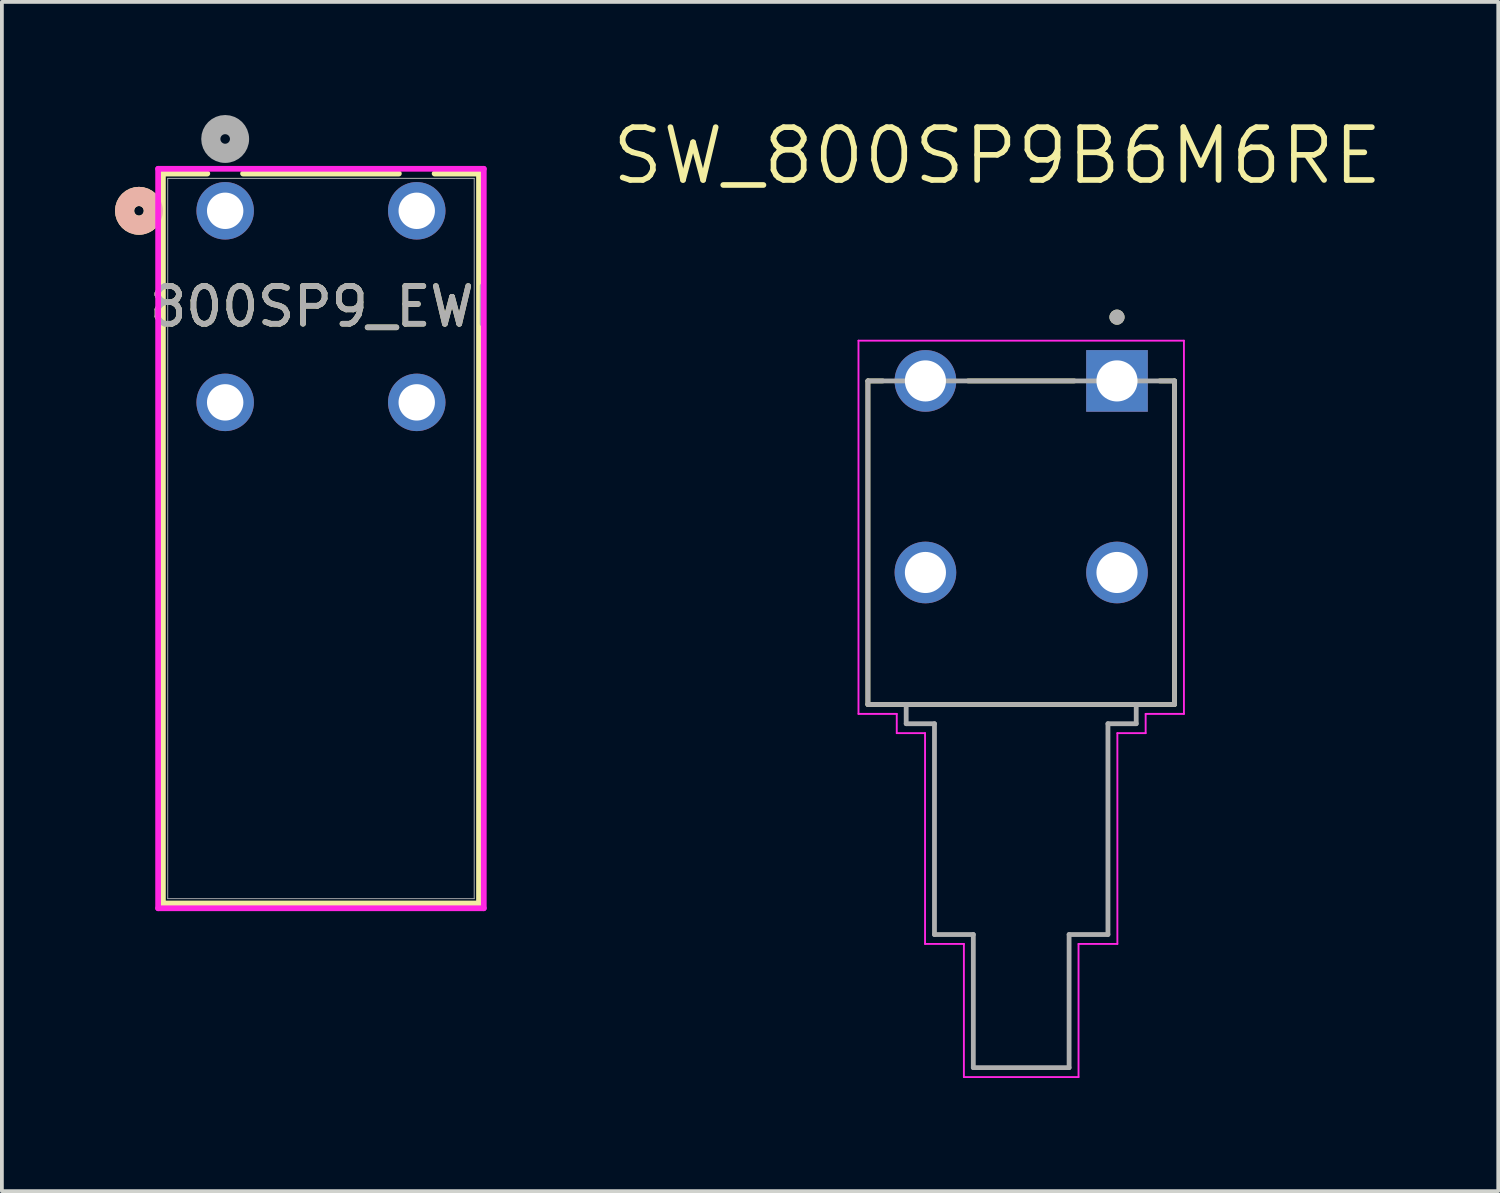
<source format=kicad_pcb>
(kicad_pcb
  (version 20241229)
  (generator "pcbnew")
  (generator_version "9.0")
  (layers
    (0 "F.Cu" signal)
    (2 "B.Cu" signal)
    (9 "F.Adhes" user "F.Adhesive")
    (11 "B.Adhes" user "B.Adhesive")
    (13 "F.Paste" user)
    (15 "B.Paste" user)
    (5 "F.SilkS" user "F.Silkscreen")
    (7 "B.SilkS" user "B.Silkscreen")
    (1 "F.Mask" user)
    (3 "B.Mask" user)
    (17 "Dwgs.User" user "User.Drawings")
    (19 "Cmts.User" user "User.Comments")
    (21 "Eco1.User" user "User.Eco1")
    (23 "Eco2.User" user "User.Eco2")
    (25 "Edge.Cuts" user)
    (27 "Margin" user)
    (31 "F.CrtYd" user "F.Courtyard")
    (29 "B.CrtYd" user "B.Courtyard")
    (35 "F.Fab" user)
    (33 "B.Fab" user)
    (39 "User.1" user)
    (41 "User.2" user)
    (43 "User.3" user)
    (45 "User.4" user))
  (footprint "SW_800SP9B6M6RE"
    (layer "F.Cu")
    (at 24.03 9.591)
    (property "Reference" "SW_800SP9B6M6RE" (at -0.635 -8.509 0) (layer "F.SilkS") (effects (font (size 1.4 1.4) (thickness 0.15))))
    (attr through_hole)
    (fp_line (start -4.065 -2.54) (end -4.065 6.04) (stroke (width 0.127) (type solid)) (layer "F.SilkS"))
    (fp_line (start -4.064 -2.54) (end -3.671 -2.54) (stroke (width 0.127) (type solid)) (layer "F.SilkS"))
    (fp_line (start 1.409 -2.54) (end -1.409 -2.54) (stroke (width 0.127) (type solid)) (layer "F.SilkS"))
    (fp_line (start 4.064 -2.54) (end 3.671 -2.54) (stroke (width 0.127) (type solid)) (layer "F.SilkS"))
    (fp_line (start 4.065 6.04) (end -4.065 6.04) (stroke (width 0.127) (type solid)) (layer "F.SilkS"))
    (fp_line (start 4.065 6.04) (end 4.065 -2.54) (stroke (width 0.127) (type solid)) (layer "F.SilkS"))
    (fp_circle (center 2.54 -4.231) (end 2.64 -4.231) (stroke (width 0.2) (type solid)) (fill no) (layer "F.SilkS"))
    (fp_line (start -4.315 -3.607) (end 4.315 -3.607) (stroke (width 0.05) (type solid)) (layer "F.CrtYd"))
    (fp_line (start -4.315 6.29) (end -4.315 -3.607) (stroke (width 0.05) (type solid)) (layer "F.CrtYd"))
    (fp_line (start -3.3 6.29) (end -4.315 6.29) (stroke (width 0.05) (type solid)) (layer "F.CrtYd"))
    (fp_line (start -3.3 6.8) (end -3.3 6.29) (stroke (width 0.05) (type solid)) (layer "F.CrtYd"))
    (fp_line (start -2.55 6.8) (end -3.3 6.8) (stroke (width 0.05) (type solid)) (layer "F.CrtYd"))
    (fp_line (start -2.55 12.39) (end -2.55 6.8) (stroke (width 0.05) (type solid)) (layer "F.CrtYd"))
    (fp_line (start -1.52 12.39) (end -2.55 12.39) (stroke (width 0.05) (type solid)) (layer "F.CrtYd"))
    (fp_line (start -1.52 15.92) (end -1.52 12.39) (stroke (width 0.05) (type solid)) (layer "F.CrtYd"))
    (fp_line (start 1.52 12.39) (end 1.52 15.92) (stroke (width 0.05) (type solid)) (layer "F.CrtYd"))
    (fp_line (start 1.52 15.92) (end -1.52 15.92) (stroke (width 0.05) (type solid)) (layer "F.CrtYd"))
    (fp_line (start 2.55 6.8) (end 2.55 12.39) (stroke (width 0.05) (type solid)) (layer "F.CrtYd"))
    (fp_line (start 2.55 12.39) (end 1.52 12.39) (stroke (width 0.05) (type solid)) (layer "F.CrtYd"))
    (fp_line (start 3.3 6.29) (end 3.3 6.8) (stroke (width 0.05) (type solid)) (layer "F.CrtYd"))
    (fp_line (start 3.3 6.8) (end 2.55 6.8) (stroke (width 0.05) (type solid)) (layer "F.CrtYd"))
    (fp_line (start 4.315 -3.607) (end 4.315 6.29) (stroke (width 0.05) (type solid)) (layer "F.CrtYd"))
    (fp_line (start 4.315 6.29) (end 3.3 6.29) (stroke (width 0.05) (type solid)) (layer "F.CrtYd"))
    (fp_line (start -4.065 -2.54) (end -4.065 6.04) (stroke (width 0.127) (type solid)) (layer "F.Fab"))
    (fp_line (start -4.065 6.04) (end -3.05 6.04) (stroke (width 0.127) (type solid)) (layer "F.Fab"))
    (fp_line (start -3.05 6.04) (end 3.05 6.04) (stroke (width 0.127) (type solid)) (layer "F.Fab"))
    (fp_line (start -3.05 6.55) (end -3.05 6.04) (stroke (width 0.127) (type solid)) (layer "F.Fab"))
    (fp_line (start -2.3 6.55) (end -3.05 6.55) (stroke (width 0.127) (type solid)) (layer "F.Fab"))
    (fp_line (start -2.3 12.14) (end -2.3 6.55) (stroke (width 0.127) (type solid)) (layer "F.Fab"))
    (fp_line (start -1.27 12.14) (end -2.3 12.14) (stroke (width 0.127) (type solid)) (layer "F.Fab"))
    (fp_line (start -1.27 15.67) (end -1.27 12.14) (stroke (width 0.127) (type solid)) (layer "F.Fab"))
    (fp_line (start 1.27 12.14) (end 1.27 15.67) (stroke (width 0.127) (type solid)) (layer "F.Fab"))
    (fp_line (start 1.27 15.67) (end -1.27 15.67) (stroke (width 0.127) (type solid)) (layer "F.Fab"))
    (fp_line (start 2.3 6.55) (end 2.3 12.14) (stroke (width 0.127) (type solid)) (layer "F.Fab"))
    (fp_line (start 2.3 12.14) (end 1.27 12.14) (stroke (width 0.127) (type solid)) (layer "F.Fab"))
    (fp_line (start 3.05 6.04) (end 3.05 6.55) (stroke (width 0.127) (type solid)) (layer "F.Fab"))
    (fp_line (start 3.05 6.04) (end 4.065 6.04) (stroke (width 0.127) (type solid)) (layer "F.Fab"))
    (fp_line (start 3.05 6.55) (end 2.3 6.55) (stroke (width 0.127) (type solid)) (layer "F.Fab"))
    (fp_line (start 4.065 -2.54) (end -4.065 -2.54) (stroke (width 0.127) (type solid)) (layer "F.Fab"))
    (fp_line (start 4.065 6.04) (end 4.065 -2.54) (stroke (width 0.127) (type solid)) (layer "F.Fab"))
    (fp_circle (center 2.54 -4.231) (end 2.64 -4.231) (stroke (width 0.2) (type solid)) (fill no) (layer "F.Fab"))
    (pad "1" thru_hole rect (at 2.54 -2.54) (size 1.635 1.635) (drill 1.09) (layers "*.Cu" "*.Mask"))
    (pad "3" thru_hole circle (at -2.54 -2.54) (size 1.635 1.635) (drill 1.09) (layers "*.Cu" "*.Mask"))
    (pad "S1" thru_hole circle (at 2.54 2.54) (size 1.635 1.635) (drill 1.09) (layers "*.Cu" "*.Mask"))
    (pad "S2" thru_hole circle (at -2.54 2.54) (size 1.635 1.635) (drill 1.09) (layers "*.Cu" "*.Mask")))
  (footprint "800SP9_EWI"
    (layer "F.Cu")
    (at 2.921 2.54)
    (property "Reference" "800SP9_EWI" (at 2.54 2.54 0) (unlocked yes) (layer "F.SilkS") (effects (font (size 1 1) (thickness 0.15))))
    (attr through_hole)
    (fp_line (start -1.651 -0.987) (end -1.651 18.368) (stroke (width 0.152) (type solid)) (layer "F.SilkS"))
    (fp_line (start -1.651 18.368) (end 6.731 18.368) (stroke (width 0.152) (type solid)) (layer "F.SilkS"))
    (fp_line (start -0.474 -0.987) (end -1.651 -0.987) (stroke (width 0.152) (type solid)) (layer "F.SilkS"))
    (fp_line (start 4.606 -0.987) (end 0.474 -0.987) (stroke (width 0.152) (type solid)) (layer "F.SilkS"))
    (fp_line (start 6.731 -0.987) (end 5.554 -0.987) (stroke (width 0.152) (type solid)) (layer "F.SilkS"))
    (fp_line (start 6.731 18.368) (end 6.731 -0.987) (stroke (width 0.152) (type solid)) (layer "F.SilkS"))
    (fp_circle (center -2.286 0) (end -1.905 0) (stroke (width 0.508) (type solid)) (fill no) (layer "F.SilkS"))
    (fp_circle (center -2.286 0) (end -1.905 0) (stroke (width 0.508) (type solid)) (fill no) (layer "B.SilkS"))
    (fp_line (start -1.778 -1.114) (end -1.778 18.495) (stroke (width 0.152) (type solid)) (layer "F.CrtYd"))
    (fp_line (start -1.778 18.495) (end 6.858 18.495) (stroke (width 0.152) (type solid)) (layer "F.CrtYd"))
    (fp_line (start 6.858 -1.114) (end -1.778 -1.114) (stroke (width 0.152) (type solid)) (layer "F.CrtYd"))
    (fp_line (start 6.858 18.495) (end 6.858 -1.114) (stroke (width 0.152) (type solid)) (layer "F.CrtYd"))
    (fp_line (start -1.524 -0.86) (end -1.524 18.241) (stroke (width 0.025) (type solid)) (layer "F.Fab"))
    (fp_line (start -1.524 18.241) (end 6.604 18.241) (stroke (width 0.025) (type solid)) (layer "F.Fab"))
    (fp_line (start 6.604 -0.86) (end -1.524 -0.86) (stroke (width 0.025) (type solid)) (layer "F.Fab"))
    (fp_line (start 6.604 18.241) (end 6.604 -0.86) (stroke (width 0.025) (type solid)) (layer "F.Fab"))
    (fp_circle (center 0 -1.905) (end 0.381 -1.905) (stroke (width 0.508) (type solid)) (fill no) (layer "F.Fab"))
    (fp_text user "${REFERENCE}" (at 2.54 2.54 0) (unlocked yes) (layer "F.Fab") (effects (font (size 1 1) (thickness 0.15))))
    (pad "1" thru_hole circle (at 0 0) (size 1.524 1.524) (drill 0.965) (layers "*.Cu" "*.Mask"))
    (pad "2" thru_hole circle (at 0 5.08) (size 1.524 1.524) (drill 0.965) (layers "*.Cu" "*.Mask"))
    (pad "3" thru_hole circle (at 5.08 0) (size 1.524 1.524) (drill 0.965) (layers "*.Cu" "*.Mask"))
    (pad "4" thru_hole circle (at 5.08 5.08) (size 1.524 1.524) (drill 0.965) (layers "*.Cu" "*.Mask")))
  (gr_rect
    (start -3 -3)
    (end 36.68 28.536)
    (stroke (width 0.1) (type default))
    (fill no)
    (layer "Edge.Cuts")))
</source>
